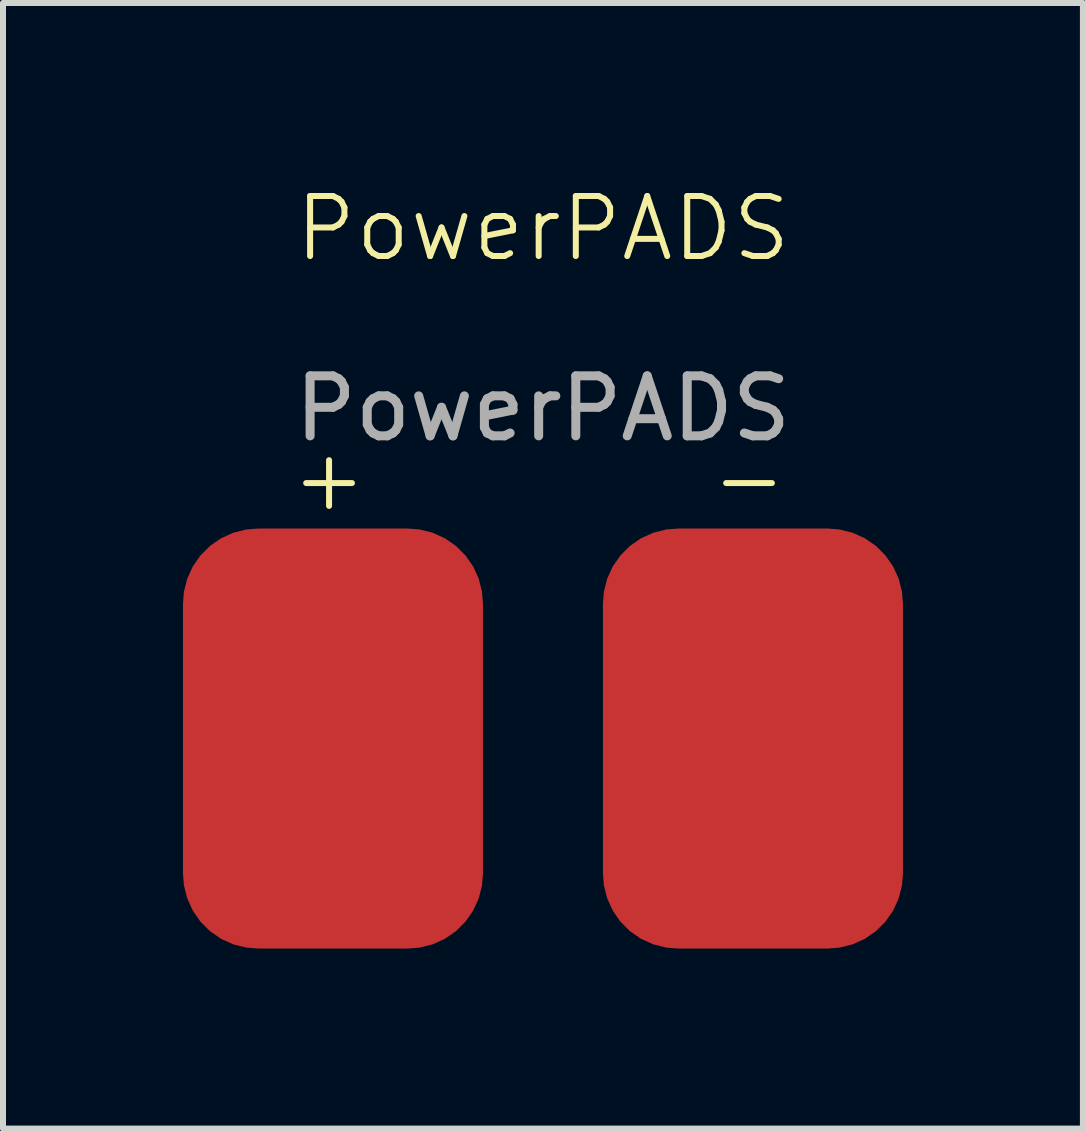
<source format=kicad_pcb>
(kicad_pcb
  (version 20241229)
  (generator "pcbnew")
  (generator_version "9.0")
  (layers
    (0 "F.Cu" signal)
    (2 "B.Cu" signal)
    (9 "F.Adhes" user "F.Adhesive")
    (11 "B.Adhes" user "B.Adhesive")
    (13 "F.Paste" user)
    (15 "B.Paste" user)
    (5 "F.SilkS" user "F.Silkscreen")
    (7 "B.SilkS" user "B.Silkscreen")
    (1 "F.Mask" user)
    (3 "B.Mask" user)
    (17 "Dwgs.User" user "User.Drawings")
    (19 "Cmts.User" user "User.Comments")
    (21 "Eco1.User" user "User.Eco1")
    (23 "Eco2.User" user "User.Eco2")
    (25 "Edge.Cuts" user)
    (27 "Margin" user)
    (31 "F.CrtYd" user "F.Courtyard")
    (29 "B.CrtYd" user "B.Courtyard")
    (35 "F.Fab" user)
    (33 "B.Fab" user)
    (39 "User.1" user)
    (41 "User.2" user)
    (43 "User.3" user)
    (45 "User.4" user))
  (footprint "PowerPADS"
    (layer "F.Cu")
    (at 6 1.26)
    (property "Reference" "PowerPADS" (at 0 -0.5 0) (unlocked yes) (layer "F.SilkS") (effects (font (size 1 1) (thickness 0.1))))
    (attr smd)
    (fp_text user "+" (at -4.25 4.25 0) (unlocked yes) (layer "F.SilkS") (effects (font (size 1 1) (thickness 0.1)) (justify left bottom)))
    (fp_text user "-" (at 2.75 4.25 0) (unlocked yes) (layer "F.SilkS") (effects (font (size 1 1) (thickness 0.1)) (justify left bottom)))
    (fp_text user "${REFERENCE}" (at 0 2.5 0) (unlocked yes) (layer "F.Fab") (effects (font (size 1 1) (thickness 0.15))))
    (pad "1" smd roundrect (at -3.5 8) (size 5 7) (layers "F.Cu" "F.Mask" "F.Paste") (roundrect_rratio 0.25))
    (pad "2" smd roundrect (at 3.5 8) (size 5 7) (layers "F.Cu" "F.Mask" "F.Paste") (roundrect_rratio 0.25)))
  (gr_rect
    (start -3 -3)
    (end 15 15.761)
    (stroke (width 0.1) (type default))
    (fill no)
    (layer "Edge.Cuts")))
</source>
